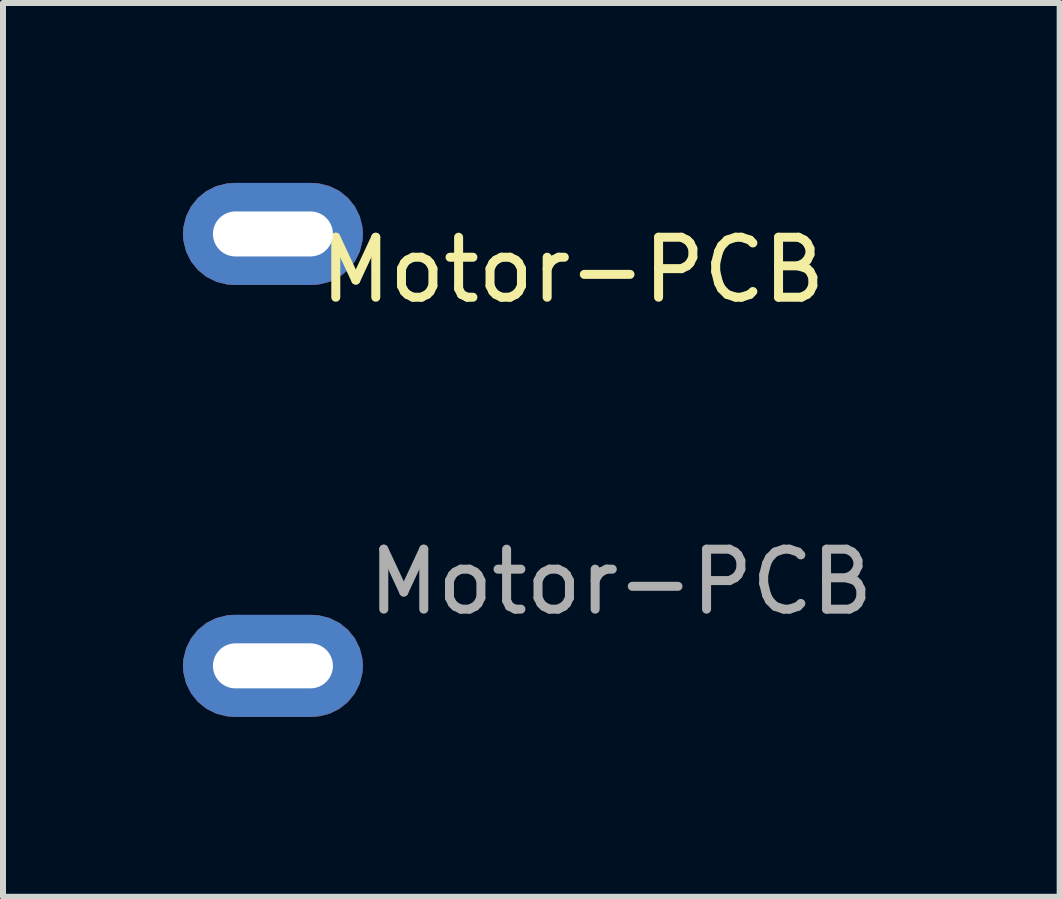
<source format=kicad_pcb>
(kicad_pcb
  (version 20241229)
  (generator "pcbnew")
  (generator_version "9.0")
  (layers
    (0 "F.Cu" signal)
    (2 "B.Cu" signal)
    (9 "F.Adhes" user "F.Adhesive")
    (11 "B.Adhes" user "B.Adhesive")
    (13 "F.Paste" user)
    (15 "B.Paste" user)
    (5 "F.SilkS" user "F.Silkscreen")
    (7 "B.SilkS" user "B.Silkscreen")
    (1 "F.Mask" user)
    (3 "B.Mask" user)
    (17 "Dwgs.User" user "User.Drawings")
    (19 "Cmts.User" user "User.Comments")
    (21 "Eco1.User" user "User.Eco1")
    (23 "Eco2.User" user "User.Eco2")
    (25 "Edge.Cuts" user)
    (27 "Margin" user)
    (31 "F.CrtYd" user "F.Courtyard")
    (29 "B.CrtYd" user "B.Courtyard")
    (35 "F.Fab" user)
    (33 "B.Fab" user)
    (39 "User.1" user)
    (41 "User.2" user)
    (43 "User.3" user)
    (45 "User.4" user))
  (footprint "Motor-PCB"
    (layer "F.Cu")
    (at 1.5 4.45)
    (property "Reference" "Motor-PCB" (at 5 -3 0) (unlocked yes) (layer "F.SilkS") (effects (font (size 1 1) (thickness 0.15))))
    (attr smd)
    (fp_text user "${REFERENCE}" (at 5.8 2.2 0) (unlocked yes) (layer "F.Fab") (effects (font (size 1 1) (thickness 0.15))))
    (pad "1" thru_hole roundrect (at 0 -3.6) (size 3 1.7) (drill oval 2 0.75) (layers "*.Cu" "*.Mask") (roundrect_rratio 0.5))
    (pad "2" thru_hole roundrect (at 0 3.6) (size 3 1.7) (drill oval 2 0.75) (layers "*.Cu" "*.Mask") (roundrect_rratio 0.5)))
  (gr_rect
    (start -3 -3)
    (end 14.615 11.9)
    (stroke (width 0.1) (type default))
    (fill no)
    (layer "Edge.Cuts")))
</source>
